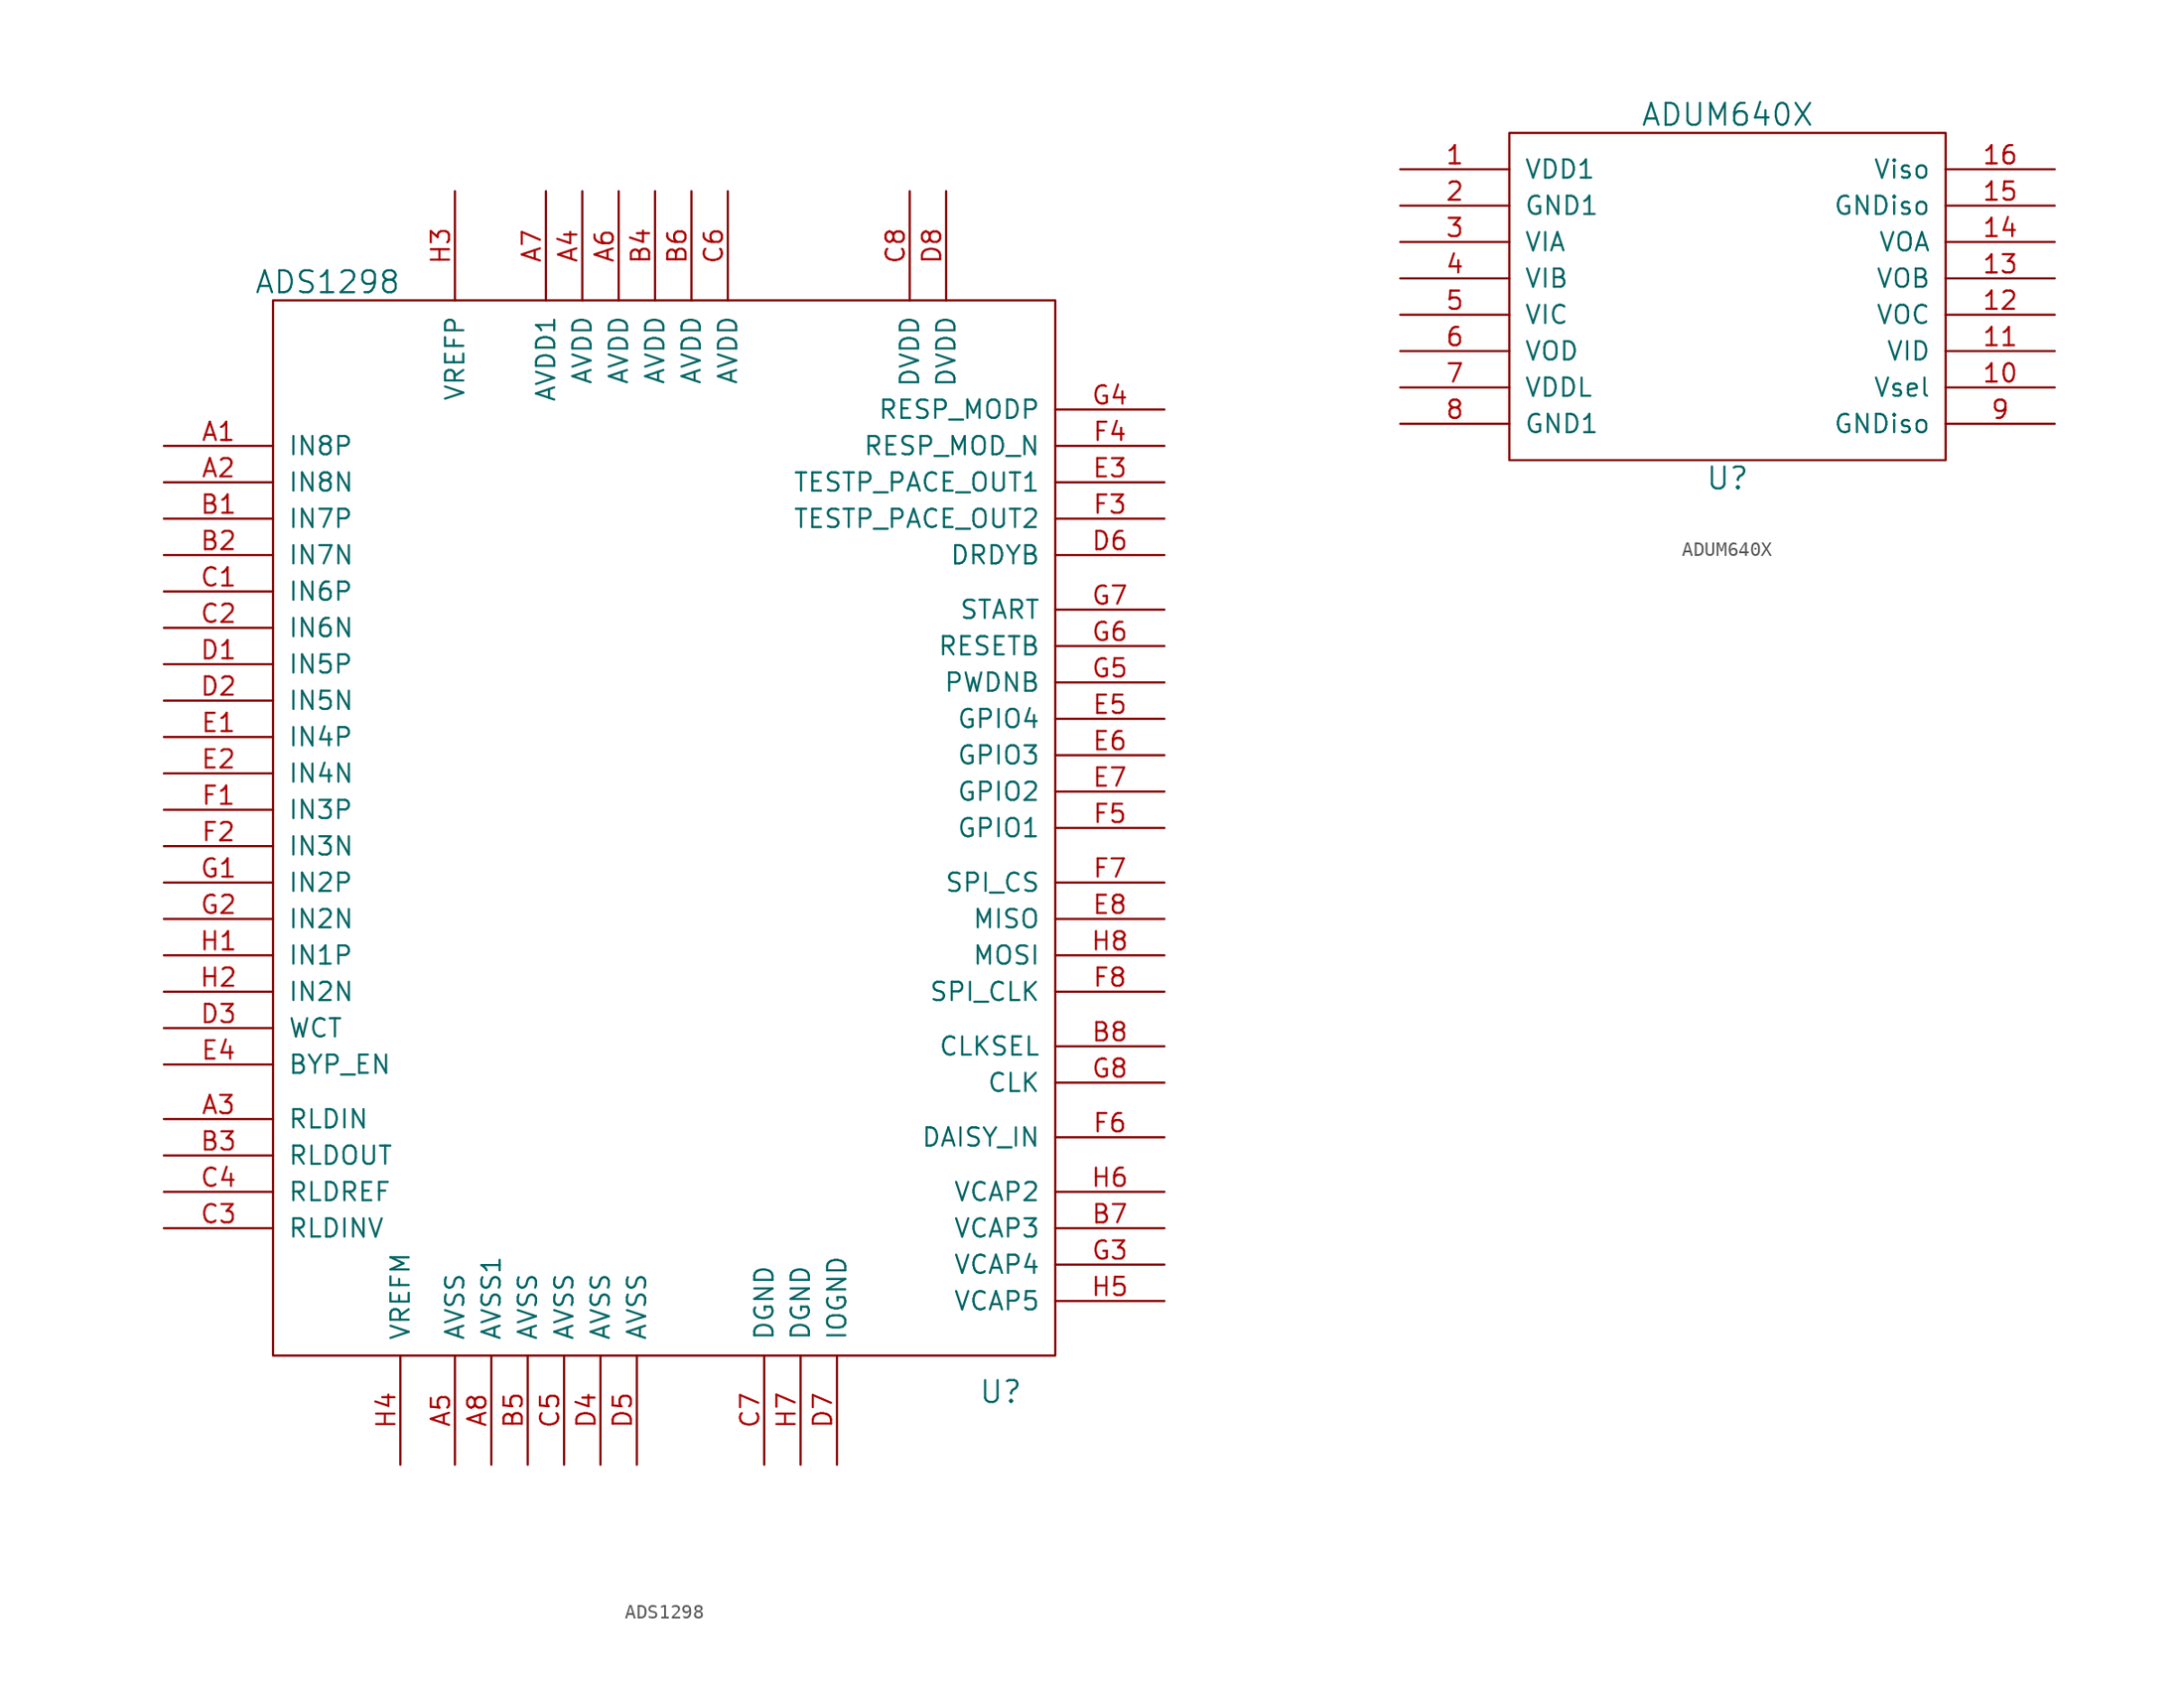
<source format=kicad_sym>
(kicad_symbol_lib
  (version 20211014)
  (generator kicad_symbol_editor)
  (symbol "ADS1298"
    (pin_names
      (offset 1.016))
    (property "Reference" "U"
      (at 24.13 -38.1 0)
      (effects (font (size 1.524 1.524))))
    (property "Value" "ADS1298"
      (at -22.86 39.37 0)
      (effects (font (size 1.524 1.524))))
    (property "Footprint" ""
      (at 0 0 0)
      (effects (font (size 1.524 1.524))))
    (property "Datasheet" ""
      (at 0 0 0)
      (effects (font (size 1.524 1.524))))
    (symbol "ADS1298_0_1"
      (rectangle (start 27.94 38.1) (end -26.67 -35.56) (stroke (width 0) (type default) (color 0 0 0 0)) (fill (type none))))
    (symbol "ADS1298_1_1"
      (pin input line (at -34.29 27.94 0) (length 7.62) (name "IN8P" (effects (font (size 1.27 1.27)))) (number "A1" (effects (font (size 1.27 1.27)))))
      (pin input line (at -34.29 25.4 0) (length 7.62) (name "IN8N" (effects (font (size 1.27 1.27)))) (number "A2" (effects (font (size 1.27 1.27)))))
      (pin input line (at -34.29 -19.05 0) (length 7.62) (name "RLDIN" (effects (font (size 1.27 1.27)))) (number "A3" (effects (font (size 1.27 1.27)))))
      (pin input line (at -5.08 45.72 270) (length 7.62) (name "AVDD" (effects (font (size 1.27 1.27)))) (number "A4" (effects (font (size 1.27 1.27)))))
      (pin input line (at -13.97 -43.18 90) (length 7.62) (name "AVSS" (effects (font (size 1.27 1.27)))) (number "A5" (effects (font (size 1.27 1.27)))))
      (pin input line (at -2.54 45.72 270) (length 7.62) (name "AVDD" (effects (font (size 1.27 1.27)))) (number "A6" (effects (font (size 1.27 1.27)))))
      (pin input line (at -7.62 45.72 270) (length 7.62) (name "AVDD1" (effects (font (size 1.27 1.27)))) (number "A7" (effects (font (size 1.27 1.27)))))
      (pin input line (at -11.43 -43.18 90) (length 7.62) (name "AVSS1" (effects (font (size 1.27 1.27)))) (number "A8" (effects (font (size 1.27 1.27)))))
      (pin input line (at -34.29 22.86 0) (length 7.62) (name "IN7P" (effects (font (size 1.27 1.27)))) (number "B1" (effects (font (size 1.27 1.27)))))
      (pin input line (at -34.29 20.32 0) (length 7.62) (name "IN7N" (effects (font (size 1.27 1.27)))) (number "B2" (effects (font (size 1.27 1.27)))))
      (pin input line (at -34.29 -21.59 0) (length 7.62) (name "RLDOUT" (effects (font (size 1.27 1.27)))) (number "B3" (effects (font (size 1.27 1.27)))))
      (pin input line (at 0 45.72 270) (length 7.62) (name "AVDD" (effects (font (size 1.27 1.27)))) (number "B4" (effects (font (size 1.27 1.27)))))
      (pin input line (at -8.89 -43.18 90) (length 7.62) (name "AVSS" (effects (font (size 1.27 1.27)))) (number "B5" (effects (font (size 1.27 1.27)))))
      (pin input line (at 2.54 45.72 270) (length 7.62) (name "AVDD" (effects (font (size 1.27 1.27)))) (number "B6" (effects (font (size 1.27 1.27)))))
      (pin input line (at 35.56 -26.67 180) (length 7.62) (name "VCAP3" (effects (font (size 1.27 1.27)))) (number "B7" (effects (font (size 1.27 1.27)))))
      (pin input line (at 35.56 -13.97 180) (length 7.62) (name "CLKSEL" (effects (font (size 1.27 1.27)))) (number "B8" (effects (font (size 1.27 1.27)))))
      (pin input line (at -34.29 17.78 0) (length 7.62) (name "IN6P" (effects (font (size 1.27 1.27)))) (number "C1" (effects (font (size 1.27 1.27)))))
      (pin input line (at -34.29 15.24 0) (length 7.62) (name "IN6N" (effects (font (size 1.27 1.27)))) (number "C2" (effects (font (size 1.27 1.27)))))
      (pin input line (at -34.29 -26.67 0) (length 7.62) (name "RLDINV" (effects (font (size 1.27 1.27)))) (number "C3" (effects (font (size 1.27 1.27)))))
      (pin input line (at -34.29 -24.13 0) (length 7.62) (name "RLDREF" (effects (font (size 1.27 1.27)))) (number "C4" (effects (font (size 1.27 1.27)))))
      (pin input line (at -6.35 -43.18 90) (length 7.62) (name "AVSS" (effects (font (size 1.27 1.27)))) (number "C5" (effects (font (size 1.27 1.27)))))
      (pin input line (at 5.08 45.72 270) (length 7.62) (name "AVDD" (effects (font (size 1.27 1.27)))) (number "C6" (effects (font (size 1.27 1.27)))))
      (pin input line (at 7.62 -43.18 90) (length 7.62) (name "DGND" (effects (font (size 1.27 1.27)))) (number "C7" (effects (font (size 1.27 1.27)))))
      (pin input line (at 17.78 45.72 270) (length 7.62) (name "DVDD" (effects (font (size 1.27 1.27)))) (number "C8" (effects (font (size 1.27 1.27)))))
      (pin input line (at -34.29 12.7 0) (length 7.62) (name "IN5P" (effects (font (size 1.27 1.27)))) (number "D1" (effects (font (size 1.27 1.27)))))
      (pin input line (at -34.29 10.16 0) (length 7.62) (name "IN5N" (effects (font (size 1.27 1.27)))) (number "D2" (effects (font (size 1.27 1.27)))))
      (pin input line (at -34.29 -12.7 0) (length 7.62) (name "WCT" (effects (font (size 1.27 1.27)))) (number "D3" (effects (font (size 1.27 1.27)))))
      (pin input line (at -3.81 -43.18 90) (length 7.62) (name "AVSS" (effects (font (size 1.27 1.27)))) (number "D4" (effects (font (size 1.27 1.27)))))
      (pin input line (at -1.27 -43.18 90) (length 7.62) (name "AVSS" (effects (font (size 1.27 1.27)))) (number "D5" (effects (font (size 1.27 1.27)))))
      (pin input line (at 35.56 20.32 180) (length 7.62) (name "DRDYB" (effects (font (size 1.27 1.27)))) (number "D6" (effects (font (size 1.27 1.27)))))
      (pin input line (at 12.7 -43.18 90) (length 7.62) (name "IOGND" (effects (font (size 1.27 1.27)))) (number "D7" (effects (font (size 1.27 1.27)))))
      (pin input line (at 20.32 45.72 270) (length 7.62) (name "DVDD" (effects (font (size 1.27 1.27)))) (number "D8" (effects (font (size 1.27 1.27)))))
      (pin input line (at -34.29 7.62 0) (length 7.62) (name "IN4P" (effects (font (size 1.27 1.27)))) (number "E1" (effects (font (size 1.27 1.27)))))
      (pin input line (at -34.29 5.08 0) (length 7.62) (name "IN4N" (effects (font (size 1.27 1.27)))) (number "E2" (effects (font (size 1.27 1.27)))))
      (pin input line (at 35.56 25.4 180) (length 7.62) (name "TESTP_PACE_OUT1" (effects (font (size 1.27 1.27)))) (number "E3" (effects (font (size 1.27 1.27)))))
      (pin input line (at -34.29 -15.24 0) (length 7.62) (name "BYP_EN" (effects (font (size 1.27 1.27)))) (number "E4" (effects (font (size 1.27 1.27)))))
      (pin input line (at 35.56 8.89 180) (length 7.62) (name "GPIO4" (effects (font (size 1.27 1.27)))) (number "E5" (effects (font (size 1.27 1.27)))))
      (pin input line (at 35.56 6.35 180) (length 7.62) (name "GPIO3" (effects (font (size 1.27 1.27)))) (number "E6" (effects (font (size 1.27 1.27)))))
      (pin input line (at 35.56 3.81 180) (length 7.62) (name "GPIO2" (effects (font (size 1.27 1.27)))) (number "E7" (effects (font (size 1.27 1.27)))))
      (pin input line (at 35.56 -5.08 180) (length 7.62) (name "MISO" (effects (font (size 1.27 1.27)))) (number "E8" (effects (font (size 1.27 1.27)))))
      (pin input line (at -34.29 2.54 0) (length 7.62) (name "IN3P" (effects (font (size 1.27 1.27)))) (number "F1" (effects (font (size 1.27 1.27)))))
      (pin input line (at -34.29 0 0) (length 7.62) (name "IN3N" (effects (font (size 1.27 1.27)))) (number "F2" (effects (font (size 1.27 1.27)))))
      (pin input line (at 35.56 22.86 180) (length 7.62) (name "TESTP_PACE_OUT2" (effects (font (size 1.27 1.27)))) (number "F3" (effects (font (size 1.27 1.27)))))
      (pin input line (at 35.56 27.94 180) (length 7.62) (name "RESP_MOD_N" (effects (font (size 1.27 1.27)))) (number "F4" (effects (font (size 1.27 1.27)))))
      (pin input line (at 35.56 1.27 180) (length 7.62) (name "GPIO1" (effects (font (size 1.27 1.27)))) (number "F5" (effects (font (size 1.27 1.27)))))
      (pin input line (at 35.56 -20.32 180) (length 7.62) (name "DAISY_IN" (effects (font (size 1.27 1.27)))) (number "F6" (effects (font (size 1.27 1.27)))))
      (pin input line (at 35.56 -2.54 180) (length 7.62) (name "SPI_CS" (effects (font (size 1.27 1.27)))) (number "F7" (effects (font (size 1.27 1.27)))))
      (pin input line (at 35.56 -10.16 180) (length 7.62) (name "SPI_CLK" (effects (font (size 1.27 1.27)))) (number "F8" (effects (font (size 1.27 1.27)))))
      (pin input line (at -34.29 -2.54 0) (length 7.62) (name "IN2P" (effects (font (size 1.27 1.27)))) (number "G1" (effects (font (size 1.27 1.27)))))
      (pin input line (at -34.29 -5.08 0) (length 7.62) (name "IN2N" (effects (font (size 1.27 1.27)))) (number "G2" (effects (font (size 1.27 1.27)))))
      (pin input line (at 35.56 -29.21 180) (length 7.62) (name "VCAP4" (effects (font (size 1.27 1.27)))) (number "G3" (effects (font (size 1.27 1.27)))))
      (pin input line (at 35.56 30.48 180) (length 7.62) (name "RESP_MODP" (effects (font (size 1.27 1.27)))) (number "G4" (effects (font (size 1.27 1.27)))))
      (pin input line (at 35.56 11.43 180) (length 7.62) (name "PWDNB" (effects (font (size 1.27 1.27)))) (number "G5" (effects (font (size 1.27 1.27)))))
      (pin input line (at 35.56 13.97 180) (length 7.62) (name "RESETB" (effects (font (size 1.27 1.27)))) (number "G6" (effects (font (size 1.27 1.27)))))
      (pin input line (at 35.56 16.51 180) (length 7.62) (name "START" (effects (font (size 1.27 1.27)))) (number "G7" (effects (font (size 1.27 1.27)))))
      (pin input line (at 35.56 -16.51 180) (length 7.62) (name "CLK" (effects (font (size 1.27 1.27)))) (number "G8" (effects (font (size 1.27 1.27)))))
      (pin input line (at -34.29 -7.62 0) (length 7.62) (name "IN1P" (effects (font (size 1.27 1.27)))) (number "H1" (effects (font (size 1.27 1.27)))))
      (pin input line (at -34.29 -10.16 0) (length 7.62) (name "IN2N" (effects (font (size 1.27 1.27)))) (number "H2" (effects (font (size 1.27 1.27)))))
      (pin input line (at -13.97 45.72 270) (length 7.62) (name "VREFP" (effects (font (size 1.27 1.27)))) (number "H3" (effects (font (size 1.27 1.27)))))
      (pin input line (at -17.78 -43.18 90) (length 7.62) (name "VREFM" (effects (font (size 1.27 1.27)))) (number "H4" (effects (font (size 1.27 1.27)))))
      (pin input line (at 35.56 -31.75 180) (length 7.62) (name "VCAP5" (effects (font (size 1.27 1.27)))) (number "H5" (effects (font (size 1.27 1.27)))))
      (pin input line (at 35.56 -24.13 180) (length 7.62) (name "VCAP2" (effects (font (size 1.27 1.27)))) (number "H6" (effects (font (size 1.27 1.27)))))
      (pin input line (at 10.16 -43.18 90) (length 7.62) (name "DGND" (effects (font (size 1.27 1.27)))) (number "H7" (effects (font (size 1.27 1.27)))))
      (pin input line (at 35.56 -7.62 180) (length 7.62) (name "MOSI" (effects (font (size 1.27 1.27)))) (number "H8" (effects (font (size 1.27 1.27)))))))
  (symbol "ADUM640X"
    (pin_names
      (offset 1.016))
    (property "Reference" "U"
      (at 0 -12.7 0)
      (effects (font (size 1.524 1.524))))
    (property "Value" "ADUM640X"
      (at 0 12.7 0)
      (effects (font (size 1.524 1.524))))
    (property "Footprint" ""
      (at -1.27 -5.08 0)
      (effects (font (size 1.524 1.524))))
    (property "Datasheet" ""
      (at -1.27 -5.08 0)
      (effects (font (size 1.524 1.524))))
    (symbol "ADUM640X_0_1"
      (rectangle (start -15.24 11.43) (end 15.24 -11.43) (stroke (width 0) (type default) (color 0 0 0 0)) (fill (type none))))
    (symbol "ADUM640X_1_1"
      (pin input line (at -22.86 8.89 0) (length 7.62) (name "VDD1" (effects (font (size 1.27 1.27)))) (number "1" (effects (font (size 1.27 1.27)))))
      (pin input line (at 22.86 -6.35 180) (length 7.62) (name "Vsel" (effects (font (size 1.27 1.27)))) (number "10" (effects (font (size 1.27 1.27)))))
      (pin input line (at 22.86 -3.81 180) (length 7.62) (name "VID" (effects (font (size 1.27 1.27)))) (number "11" (effects (font (size 1.27 1.27)))))
      (pin input line (at 22.86 -1.27 180) (length 7.62) (name "VOC" (effects (font (size 1.27 1.27)))) (number "12" (effects (font (size 1.27 1.27)))))
      (pin input line (at 22.86 1.27 180) (length 7.62) (name "VOB" (effects (font (size 1.27 1.27)))) (number "13" (effects (font (size 1.27 1.27)))))
      (pin input line (at 22.86 3.81 180) (length 7.62) (name "VOA" (effects (font (size 1.27 1.27)))) (number "14" (effects (font (size 1.27 1.27)))))
      (pin input line (at 22.86 6.35 180) (length 7.62) (name "GNDiso" (effects (font (size 1.27 1.27)))) (number "15" (effects (font (size 1.27 1.27)))))
      (pin input line (at 22.86 8.89 180) (length 7.62) (name "Viso" (effects (font (size 1.27 1.27)))) (number "16" (effects (font (size 1.27 1.27)))))
      (pin input line (at -22.86 6.35 0) (length 7.62) (name "GND1" (effects (font (size 1.27 1.27)))) (number "2" (effects (font (size 1.27 1.27)))))
      (pin input line (at -22.86 3.81 0) (length 7.62) (name "VIA" (effects (font (size 1.27 1.27)))) (number "3" (effects (font (size 1.27 1.27)))))
      (pin input line (at -22.86 1.27 0) (length 7.62) (name "VIB" (effects (font (size 1.27 1.27)))) (number "4" (effects (font (size 1.27 1.27)))))
      (pin input line (at -22.86 -1.27 0) (length 7.62) (name "VIC" (effects (font (size 1.27 1.27)))) (number "5" (effects (font (size 1.27 1.27)))))
      (pin input line (at -22.86 -3.81 0) (length 7.62) (name "VOD" (effects (font (size 1.27 1.27)))) (number "6" (effects (font (size 1.27 1.27)))))
      (pin input line (at -22.86 -6.35 0) (length 7.62) (name "VDDL" (effects (font (size 1.27 1.27)))) (number "7" (effects (font (size 1.27 1.27)))))
      (pin input line (at -22.86 -8.89 0) (length 7.62) (name "GND1" (effects (font (size 1.27 1.27)))) (number "8" (effects (font (size 1.27 1.27)))))
      (pin input line (at 22.86 -8.89 180) (length 7.62) (name "GNDiso" (effects (font (size 1.27 1.27)))) (number "9" (effects (font (size 1.27 1.27))))))))
</source>
